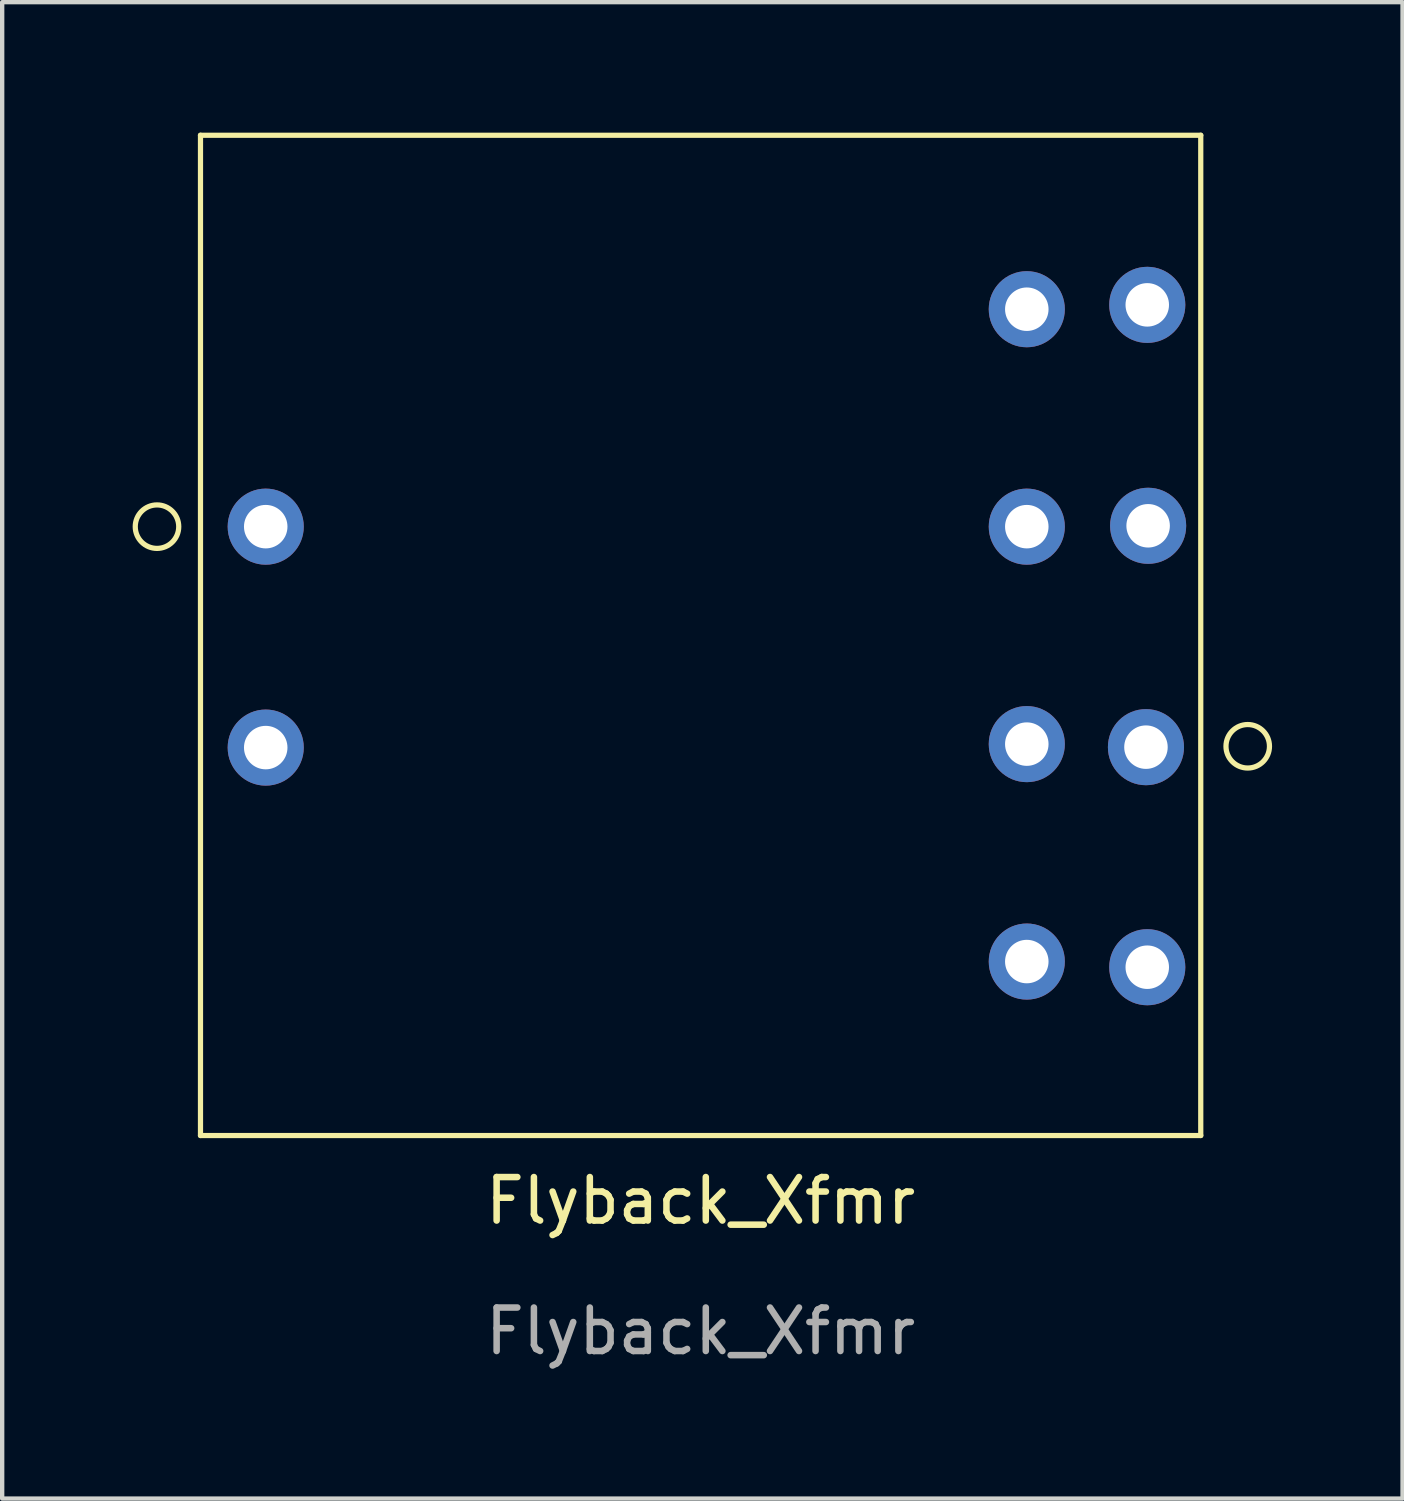
<source format=kicad_pcb>
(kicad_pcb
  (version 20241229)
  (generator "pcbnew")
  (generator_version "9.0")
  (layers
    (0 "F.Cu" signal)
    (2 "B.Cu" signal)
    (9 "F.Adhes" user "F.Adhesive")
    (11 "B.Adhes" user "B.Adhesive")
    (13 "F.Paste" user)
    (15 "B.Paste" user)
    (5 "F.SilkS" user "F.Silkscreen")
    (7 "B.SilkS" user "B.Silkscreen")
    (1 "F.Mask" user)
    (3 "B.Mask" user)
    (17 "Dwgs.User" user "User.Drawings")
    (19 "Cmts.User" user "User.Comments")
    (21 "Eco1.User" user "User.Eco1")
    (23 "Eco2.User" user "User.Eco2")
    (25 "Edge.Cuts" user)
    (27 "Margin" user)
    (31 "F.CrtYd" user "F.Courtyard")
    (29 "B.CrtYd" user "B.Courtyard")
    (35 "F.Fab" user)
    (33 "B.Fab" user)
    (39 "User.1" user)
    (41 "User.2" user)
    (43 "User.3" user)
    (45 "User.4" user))
  (footprint "Flyback_Xfmr"
    (layer "F.Cu")
    (at 13.06 24.06)
    (property "Reference" "Flyback_Xfmr" (at 0 0.5 0) (unlocked yes) (layer "F.SilkS") (effects (font (size 1 1) (thickness 0.15))))
    (attr through_hole)
    (fp_line (start -11.5 -24) (end 11.5 -24) (stroke (width 0.12) (type solid)) (layer "F.SilkS"))
    (fp_line (start -11.5 -1) (end -11.5 -24) (stroke (width 0.12) (type solid)) (layer "F.SilkS"))
    (fp_line (start 11.5 -24) (end 11.5 -1) (stroke (width 0.12) (type solid)) (layer "F.SilkS"))
    (fp_line (start 11.5 -1) (end -11.5 -1) (stroke (width 0.12) (type solid)) (layer "F.SilkS"))
    (fp_circle (center -12.5 -15) (end -12.5 -14.5) (stroke (width 0.12) (type solid)) (fill no) (layer "F.SilkS"))
    (fp_circle (center 12.58 -9.95) (end 12.58 -9.45) (stroke (width 0.12) (type solid)) (fill no) (layer "F.SilkS"))
    (fp_text user "${REFERENCE}" (at 0 3.5 0) (unlocked yes) (layer "F.Fab") (effects (font (size 1 1) (thickness 0.15))))
    (pad "1" thru_hole circle (at -10 -15) (size 1.75 1.75) (drill 1) (layers "*.Cu" "*.Mask"))
    (pad "2" thru_hole circle (at -10 -9.92) (size 1.75 1.75) (drill 1) (layers "*.Cu" "*.Mask"))
    (pad "3" thru_hole circle (at 7.5 -10) (size 1.75 1.75) (drill 1) (layers "*.Cu" "*.Mask"))
    (pad "3" thru_hole circle (at 10.24 -9.93) (size 1.75 1.75) (drill 1) (layers "*.Cu" "*.Mask"))
    (pad "4" thru_hole circle (at 7.5 -15) (size 1.75 1.75) (drill 1) (layers "*.Cu" "*.Mask"))
    (pad "4" thru_hole circle (at 10.29 -15.02) (size 1.75 1.75) (drill 1) (layers "*.Cu" "*.Mask"))
    (pad "NC1" thru_hole circle (at 7.5 -5) (size 1.75 1.75) (drill 1) (layers "*.Cu" "*.Mask"))
    (pad "NC1" thru_hole circle (at 10.27 -4.87) (size 1.75 1.75) (drill 1) (layers "*.Cu" "*.Mask"))
    (pad "NC2" thru_hole circle (at 7.5 -20) (size 1.75 1.75) (drill 1) (layers "*.Cu" "*.Mask"))
    (pad "NC2" thru_hole circle (at 10.27 -20.1) (size 1.75 1.75) (drill 1) (layers "*.Cu" "*.Mask")))
  (gr_rect
    (start -3 -3)
    (end 29.2 31.408)
    (stroke (width 0.1) (type default))
    (fill no)
    (layer "Edge.Cuts")))
</source>
